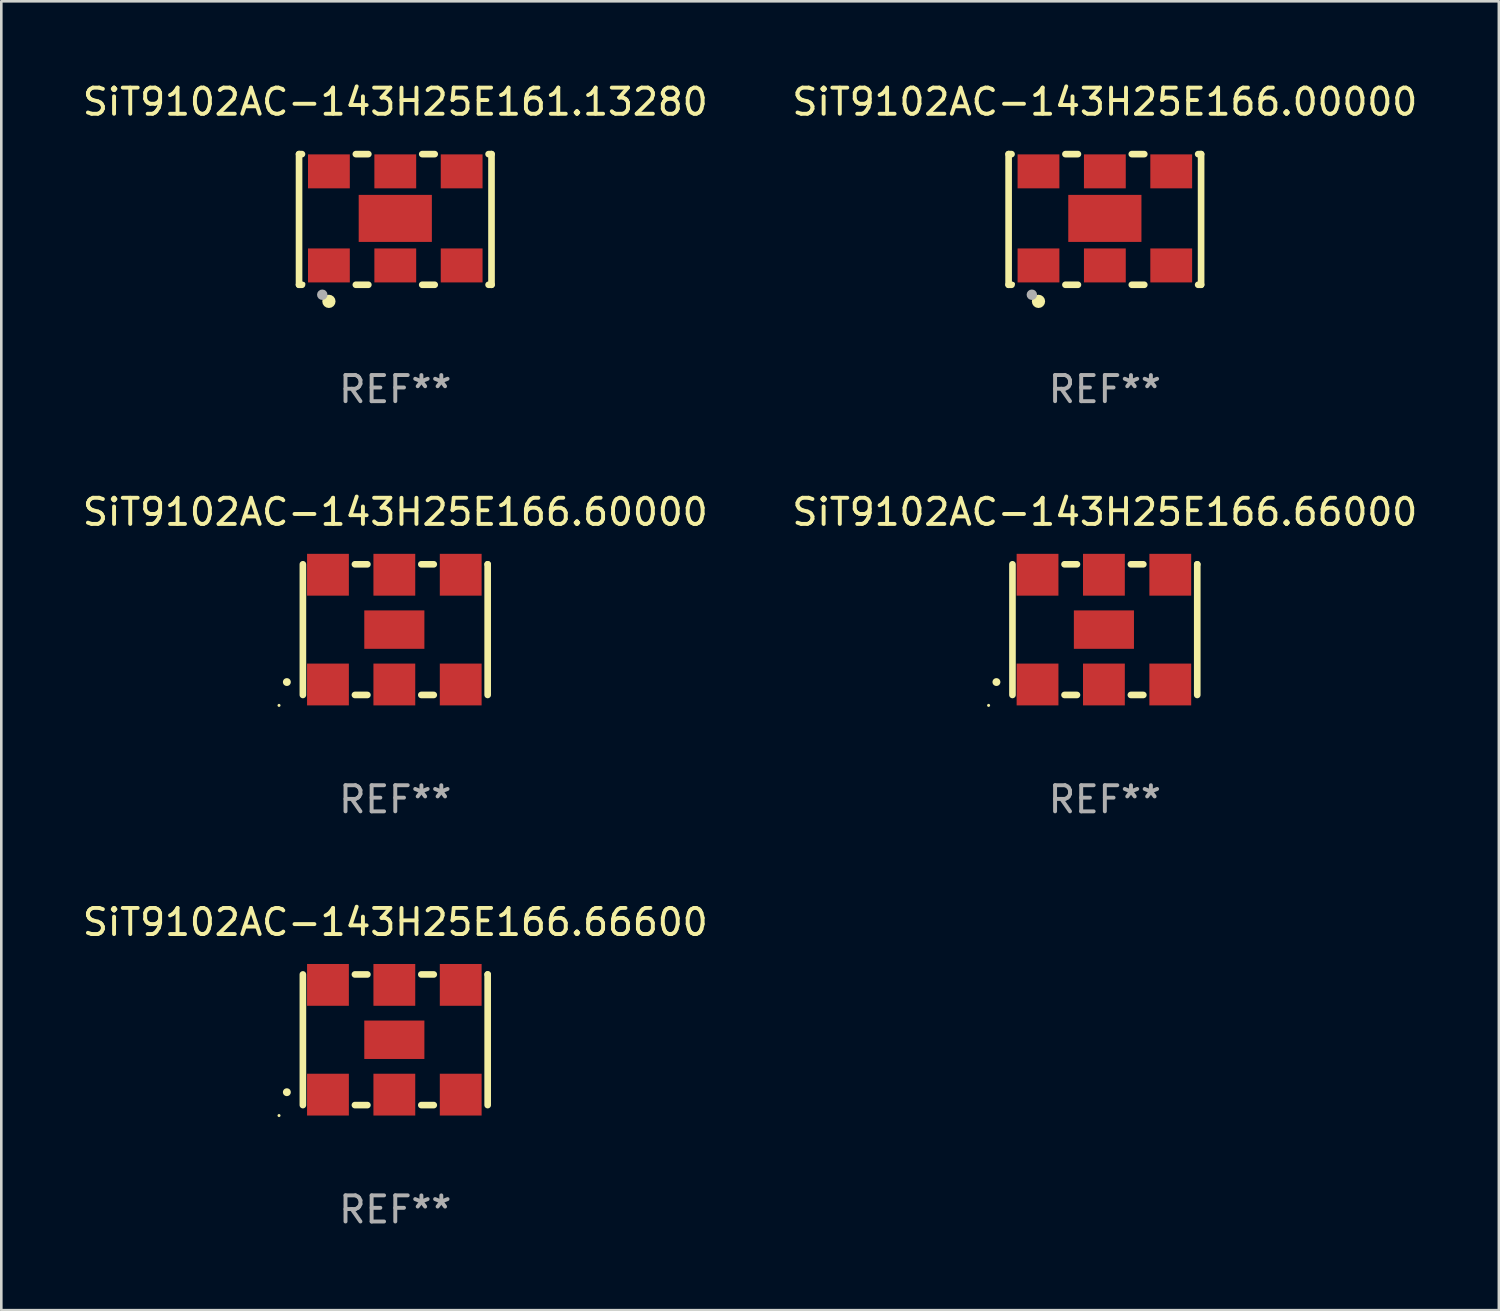
<source format=kicad_pcb>
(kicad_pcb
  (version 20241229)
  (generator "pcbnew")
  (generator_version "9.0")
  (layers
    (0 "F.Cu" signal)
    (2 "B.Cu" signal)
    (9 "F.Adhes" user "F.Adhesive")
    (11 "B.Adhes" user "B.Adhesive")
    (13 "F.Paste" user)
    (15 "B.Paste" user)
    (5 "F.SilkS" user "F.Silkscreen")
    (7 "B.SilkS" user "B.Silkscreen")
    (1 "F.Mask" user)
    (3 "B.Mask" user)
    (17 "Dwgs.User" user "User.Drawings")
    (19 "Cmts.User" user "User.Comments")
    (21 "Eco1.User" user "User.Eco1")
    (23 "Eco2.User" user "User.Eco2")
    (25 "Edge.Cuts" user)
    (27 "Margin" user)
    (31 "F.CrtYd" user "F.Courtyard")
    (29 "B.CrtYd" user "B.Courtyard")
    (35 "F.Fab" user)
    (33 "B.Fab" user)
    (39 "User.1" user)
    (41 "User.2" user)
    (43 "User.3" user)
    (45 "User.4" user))
  (footprint "SiT9102AC-143H25E166.66000"
    (layer "F.Cu")
    (at 39.232 21.045)
    (property "Reference" "SiT9102AC-143H25E166.66000" (at 0 -4.5 0) (layer "F.SilkS") (effects (font (size 1 1) (thickness 0.15))))
    (attr through_hole)
    (fp_line (start -3.536 -2.5) (end -3.536 2.5) (stroke (width 0.254) (type solid)) (layer "F.SilkS"))
    (fp_line (start -1.544 2.5) (end -1.067 2.5) (stroke (width 0.254) (type solid)) (layer "F.SilkS"))
    (fp_line (start -1.067 -2.5) (end -1.544 -2.5) (stroke (width 0.254) (type solid)) (layer "F.SilkS"))
    (fp_line (start 0.996 2.5) (end 1.473 2.5) (stroke (width 0.254) (type solid)) (layer "F.SilkS"))
    (fp_line (start 1.473 -2.5) (end 0.996 -2.5) (stroke (width 0.254) (type solid)) (layer "F.SilkS"))
    (fp_line (start 3.536 -2.5) (end 3.536 -2.5) (stroke (width 0.254) (type solid)) (layer "F.SilkS"))
    (fp_line (start 3.536 2.5) (end 3.536 -2.5) (stroke (width 0.254) (type solid)) (layer "F.SilkS"))
    (fp_arc (start -4.150432 2.006604) (mid -4.149162 2.006599) (end -4.147892 2.006604) (stroke (width 0.3) (type solid)) (layer "F.SilkS"))
    (fp_circle (center -4.449 2.9) (end -4.419 2.9) (stroke (width 0.06) (type solid)) (fill no) (layer "F.SilkS"))
    (fp_text user "REF**" (at 0 6.5 0) (layer "F.Fab") (effects (font (size 1 1) (thickness 0.15))))
    (pad "1" smd rect (at -2.576 2.1) (size 1.6 1.6) (layers "F.Cu" "F.Mask" "F.Paste"))
    (pad "2" smd rect (at -0.036 2.1) (size 1.6 1.6) (layers "F.Cu" "F.Mask" "F.Paste"))
    (pad "3" smd rect (at 2.504 2.1) (size 1.6 1.6) (layers "F.Cu" "F.Mask" "F.Paste"))
    (pad "4" smd rect (at 2.504 -2.1) (size 1.6 1.6) (layers "F.Cu" "F.Mask" "F.Paste"))
    (pad "5" smd rect (at -0.036 -2.1) (size 1.6 1.6) (layers "F.Cu" "F.Mask" "F.Paste"))
    (pad "6" smd rect (at -2.576 -2.1) (size 1.6 1.6) (layers "F.Cu" "F.Mask" "F.Paste"))
    (pad "7" smd rect (at -0.036 0) (size 2.3 1.47) (layers "F.Cu" "F.Mask" "F.Paste")))
  (footprint "SiT9102AC-143H25E166.66600"
    (layer "F.Cu")
    (at 12.077 36.741)
    (property "Reference" "SiT9102AC-143H25E166.66600" (at 0 -4.5 0) (layer "F.SilkS") (effects (font (size 1 1) (thickness 0.15))))
    (attr through_hole)
    (fp_line (start -3.536 -2.5) (end -3.536 2.5) (stroke (width 0.254) (type solid)) (layer "F.SilkS"))
    (fp_line (start -1.544 2.5) (end -1.067 2.5) (stroke (width 0.254) (type solid)) (layer "F.SilkS"))
    (fp_line (start -1.067 -2.5) (end -1.544 -2.5) (stroke (width 0.254) (type solid)) (layer "F.SilkS"))
    (fp_line (start 0.996 2.5) (end 1.473 2.5) (stroke (width 0.254) (type solid)) (layer "F.SilkS"))
    (fp_line (start 1.473 -2.5) (end 0.996 -2.5) (stroke (width 0.254) (type solid)) (layer "F.SilkS"))
    (fp_line (start 3.536 -2.5) (end 3.536 -2.5) (stroke (width 0.254) (type solid)) (layer "F.SilkS"))
    (fp_line (start 3.536 2.5) (end 3.536 -2.5) (stroke (width 0.254) (type solid)) (layer "F.SilkS"))
    (fp_arc (start -4.150432 2.006604) (mid -4.149162 2.006599) (end -4.147892 2.006604) (stroke (width 0.3) (type solid)) (layer "F.SilkS"))
    (fp_circle (center -4.449 2.9) (end -4.419 2.9) (stroke (width 0.06) (type solid)) (fill no) (layer "F.SilkS"))
    (fp_text user "REF**" (at 0 6.5 0) (layer "F.Fab") (effects (font (size 1 1) (thickness 0.15))))
    (pad "1" smd rect (at -2.576 2.1) (size 1.6 1.6) (layers "F.Cu" "F.Mask" "F.Paste"))
    (pad "2" smd rect (at -0.036 2.1) (size 1.6 1.6) (layers "F.Cu" "F.Mask" "F.Paste"))
    (pad "3" smd rect (at 2.504 2.1) (size 1.6 1.6) (layers "F.Cu" "F.Mask" "F.Paste"))
    (pad "4" smd rect (at 2.504 -2.1) (size 1.6 1.6) (layers "F.Cu" "F.Mask" "F.Paste"))
    (pad "5" smd rect (at -0.036 -2.1) (size 1.6 1.6) (layers "F.Cu" "F.Mask" "F.Paste"))
    (pad "6" smd rect (at -2.576 -2.1) (size 1.6 1.6) (layers "F.Cu" "F.Mask" "F.Paste"))
    (pad "7" smd rect (at -0.036 0) (size 2.3 1.47) (layers "F.Cu" "F.Mask" "F.Paste")))
  (footprint "SiT9102AC-143H25E161.13280"
    (layer "F.Cu")
    (at 12.077 5.348)
    (property "Reference" "SiT9102AC-143H25E161.13280" (at 0 -4.5 0) (layer "F.SilkS") (effects (font (size 1 1) (thickness 0.15))))
    (attr through_hole)
    (fp_line (start -3.683 -2.5) (end -3.571 -2.5) (stroke (width 0.254) (type solid)) (layer "F.SilkS"))
    (fp_line (start -3.683 2.5) (end -3.683 -2.5) (stroke (width 0.254) (type solid)) (layer "F.SilkS"))
    (fp_line (start -3.683 2.5) (end -3.571 2.5) (stroke (width 0.254) (type solid)) (layer "F.SilkS"))
    (fp_line (start -1.509 -2.5) (end -1.031 -2.5) (stroke (width 0.254) (type solid)) (layer "F.SilkS"))
    (fp_line (start -1.509 2.5) (end -1.031 2.5) (stroke (width 0.254) (type solid)) (layer "F.SilkS"))
    (fp_line (start 1.031 -2.5) (end 1.509 -2.5) (stroke (width 0.254) (type solid)) (layer "F.SilkS"))
    (fp_line (start 1.031 2.5) (end 1.509 2.5) (stroke (width 0.254) (type solid)) (layer "F.SilkS"))
    (fp_line (start 3.571 -2.5) (end 3.683 -2.5) (stroke (width 0.254) (type solid)) (layer "F.SilkS"))
    (fp_line (start 3.571 2.5) (end 3.683 2.5) (stroke (width 0.254) (type solid)) (layer "F.SilkS"))
    (fp_line (start 3.683 2.5) (end 3.683 -2.5) (stroke (width 0.254) (type solid)) (layer "F.SilkS"))
    (fp_circle (center -3.5 2.46) (end -3.47 2.46) (stroke (width 0.06) (type solid)) (fill no) (layer "F.SilkS"))
    (fp_circle (center -2.54 3.135) (end -2.413 3.135) (stroke (width 0.254) (type solid)) (fill no) (layer "F.SilkS"))
    (fp_circle (center -2.794 2.881) (end -2.694 2.881) (stroke (width 0.2) (type solid)) (fill no) (layer "F.Fab"))
    (fp_text user "REF**" (at 0 6.5 0) (layer "F.Fab") (effects (font (size 1 1) (thickness 0.15))))
    (pad "1" smd rect (at -2.54 1.76) (size 1.6 1.3) (layers "F.Cu" "F.Mask" "F.Paste"))
    (pad "2" smd rect (at 0 1.76) (size 1.6 1.3) (layers "F.Cu" "F.Mask" "F.Paste"))
    (pad "3" smd rect (at 2.54 1.76) (size 1.6 1.3) (layers "F.Cu" "F.Mask" "F.Paste"))
    (pad "4" smd rect (at 2.54 -1.84) (size 1.6 1.3) (layers "F.Cu" "F.Mask" "F.Paste"))
    (pad "5" smd rect (at 0 -1.84) (size 1.6 1.3) (layers "F.Cu" "F.Mask" "F.Paste"))
    (pad "6" smd rect (at -2.54 -1.84) (size 1.6 1.3) (layers "F.Cu" "F.Mask" "F.Paste"))
    (pad "7" smd rect (at 0 -0.04) (size 2.8 1.8) (layers "F.Cu" "F.Mask" "F.Paste")))
  (footprint "SiT9102AC-143H25E166.60000"
    (layer "F.Cu")
    (at 12.077 21.045)
    (property "Reference" "SiT9102AC-143H25E166.60000" (at 0 -4.5 0) (layer "F.SilkS") (effects (font (size 1 1) (thickness 0.15))))
    (attr through_hole)
    (fp_line (start -3.536 -2.5) (end -3.536 2.5) (stroke (width 0.254) (type solid)) (layer "F.SilkS"))
    (fp_line (start -1.544 2.5) (end -1.067 2.5) (stroke (width 0.254) (type solid)) (layer "F.SilkS"))
    (fp_line (start -1.067 -2.5) (end -1.544 -2.5) (stroke (width 0.254) (type solid)) (layer "F.SilkS"))
    (fp_line (start 0.996 2.5) (end 1.473 2.5) (stroke (width 0.254) (type solid)) (layer "F.SilkS"))
    (fp_line (start 1.473 -2.5) (end 0.996 -2.5) (stroke (width 0.254) (type solid)) (layer "F.SilkS"))
    (fp_line (start 3.536 -2.5) (end 3.536 -2.5) (stroke (width 0.254) (type solid)) (layer "F.SilkS"))
    (fp_line (start 3.536 2.5) (end 3.536 -2.5) (stroke (width 0.254) (type solid)) (layer "F.SilkS"))
    (fp_arc (start -4.150432 2.006604) (mid -4.149162 2.006599) (end -4.147892 2.006604) (stroke (width 0.3) (type solid)) (layer "F.SilkS"))
    (fp_circle (center -4.449 2.9) (end -4.419 2.9) (stroke (width 0.06) (type solid)) (fill no) (layer "F.SilkS"))
    (fp_text user "REF**" (at 0 6.5 0) (layer "F.Fab") (effects (font (size 1 1) (thickness 0.15))))
    (pad "1" smd rect (at -2.576 2.1) (size 1.6 1.6) (layers "F.Cu" "F.Mask" "F.Paste"))
    (pad "2" smd rect (at -0.036 2.1) (size 1.6 1.6) (layers "F.Cu" "F.Mask" "F.Paste"))
    (pad "3" smd rect (at 2.504 2.1) (size 1.6 1.6) (layers "F.Cu" "F.Mask" "F.Paste"))
    (pad "4" smd rect (at 2.504 -2.1) (size 1.6 1.6) (layers "F.Cu" "F.Mask" "F.Paste"))
    (pad "5" smd rect (at -0.036 -2.1) (size 1.6 1.6) (layers "F.Cu" "F.Mask" "F.Paste"))
    (pad "6" smd rect (at -2.576 -2.1) (size 1.6 1.6) (layers "F.Cu" "F.Mask" "F.Paste"))
    (pad "7" smd rect (at -0.036 0) (size 2.3 1.47) (layers "F.Cu" "F.Mask" "F.Paste")))
  (footprint "SiT9102AC-143H25E166.00000"
    (layer "F.Cu")
    (at 39.232 5.348)
    (property "Reference" "SiT9102AC-143H25E166.00000" (at 0 -4.5 0) (layer "F.SilkS") (effects (font (size 1 1) (thickness 0.15))))
    (attr through_hole)
    (fp_line (start -3.683 -2.5) (end -3.571 -2.5) (stroke (width 0.254) (type solid)) (layer "F.SilkS"))
    (fp_line (start -3.683 2.5) (end -3.683 -2.5) (stroke (width 0.254) (type solid)) (layer "F.SilkS"))
    (fp_line (start -3.683 2.5) (end -3.571 2.5) (stroke (width 0.254) (type solid)) (layer "F.SilkS"))
    (fp_line (start -1.509 -2.5) (end -1.031 -2.5) (stroke (width 0.254) (type solid)) (layer "F.SilkS"))
    (fp_line (start -1.509 2.5) (end -1.031 2.5) (stroke (width 0.254) (type solid)) (layer "F.SilkS"))
    (fp_line (start 1.031 -2.5) (end 1.509 -2.5) (stroke (width 0.254) (type solid)) (layer "F.SilkS"))
    (fp_line (start 1.031 2.5) (end 1.509 2.5) (stroke (width 0.254) (type solid)) (layer "F.SilkS"))
    (fp_line (start 3.571 -2.5) (end 3.683 -2.5) (stroke (width 0.254) (type solid)) (layer "F.SilkS"))
    (fp_line (start 3.571 2.5) (end 3.683 2.5) (stroke (width 0.254) (type solid)) (layer "F.SilkS"))
    (fp_line (start 3.683 2.5) (end 3.683 -2.5) (stroke (width 0.254) (type solid)) (layer "F.SilkS"))
    (fp_circle (center -3.5 2.46) (end -3.47 2.46) (stroke (width 0.06) (type solid)) (fill no) (layer "F.SilkS"))
    (fp_circle (center -2.54 3.135) (end -2.413 3.135) (stroke (width 0.254) (type solid)) (fill no) (layer "F.SilkS"))
    (fp_circle (center -2.794 2.881) (end -2.694 2.881) (stroke (width 0.2) (type solid)) (fill no) (layer "F.Fab"))
    (fp_text user "REF**" (at 0 6.5 0) (layer "F.Fab") (effects (font (size 1 1) (thickness 0.15))))
    (pad "1" smd rect (at -2.54 1.76) (size 1.6 1.3) (layers "F.Cu" "F.Mask" "F.Paste"))
    (pad "2" smd rect (at 0 1.76) (size 1.6 1.3) (layers "F.Cu" "F.Mask" "F.Paste"))
    (pad "3" smd rect (at 2.54 1.76) (size 1.6 1.3) (layers "F.Cu" "F.Mask" "F.Paste"))
    (pad "4" smd rect (at 2.54 -1.84) (size 1.6 1.3) (layers "F.Cu" "F.Mask" "F.Paste"))
    (pad "5" smd rect (at 0 -1.84) (size 1.6 1.3) (layers "F.Cu" "F.Mask" "F.Paste"))
    (pad "6" smd rect (at -2.54 -1.84) (size 1.6 1.3) (layers "F.Cu" "F.Mask" "F.Paste"))
    (pad "7" smd rect (at 0 -0.04) (size 2.8 1.8) (layers "F.Cu" "F.Mask" "F.Paste")))
  (gr_rect
    (start -3 -3)
    (end 54.31 47.09)
    (stroke (width 0.1) (type default))
    (fill no)
    (layer "Edge.Cuts")))
</source>
